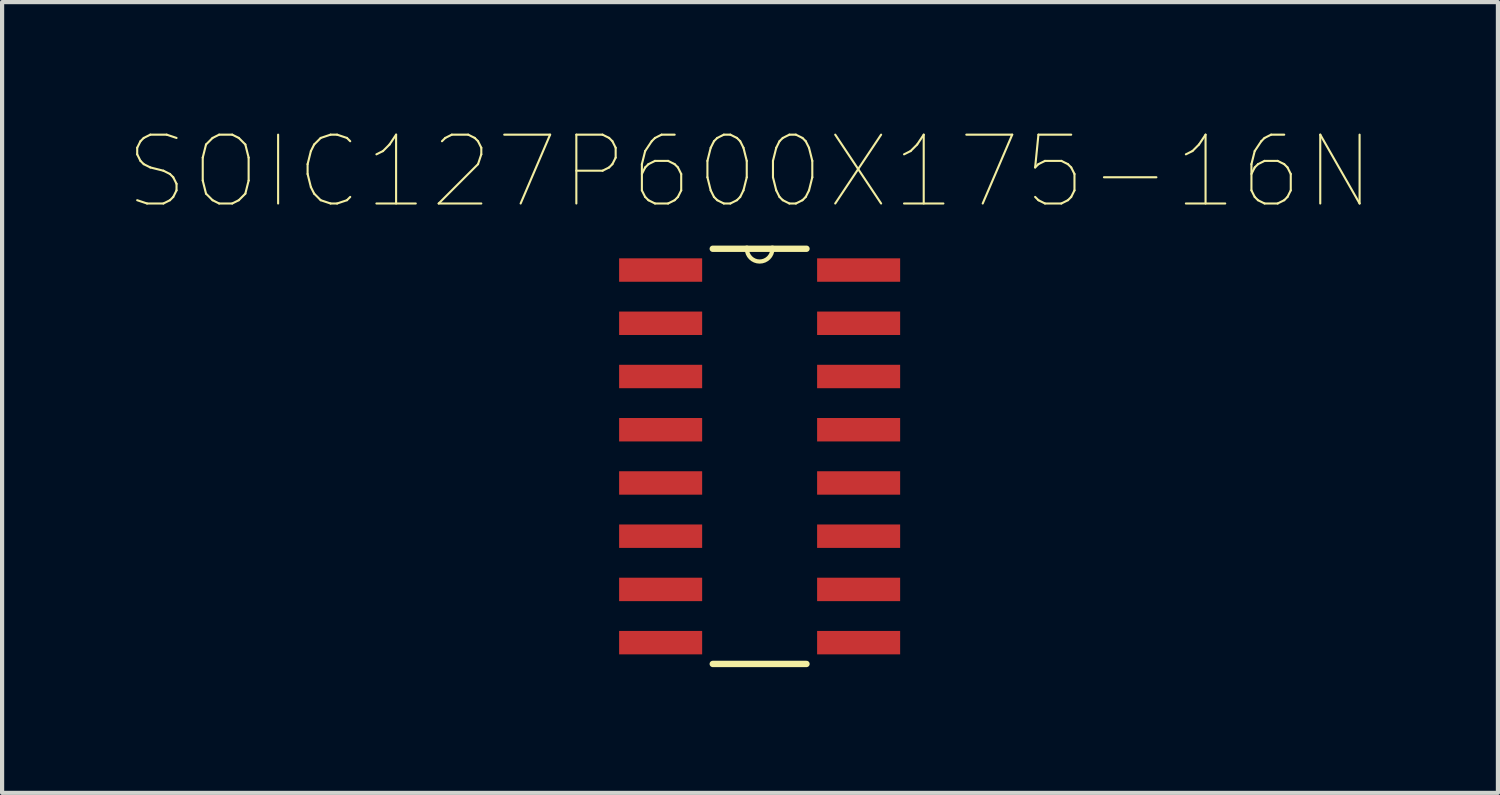
<source format=kicad_pcb>
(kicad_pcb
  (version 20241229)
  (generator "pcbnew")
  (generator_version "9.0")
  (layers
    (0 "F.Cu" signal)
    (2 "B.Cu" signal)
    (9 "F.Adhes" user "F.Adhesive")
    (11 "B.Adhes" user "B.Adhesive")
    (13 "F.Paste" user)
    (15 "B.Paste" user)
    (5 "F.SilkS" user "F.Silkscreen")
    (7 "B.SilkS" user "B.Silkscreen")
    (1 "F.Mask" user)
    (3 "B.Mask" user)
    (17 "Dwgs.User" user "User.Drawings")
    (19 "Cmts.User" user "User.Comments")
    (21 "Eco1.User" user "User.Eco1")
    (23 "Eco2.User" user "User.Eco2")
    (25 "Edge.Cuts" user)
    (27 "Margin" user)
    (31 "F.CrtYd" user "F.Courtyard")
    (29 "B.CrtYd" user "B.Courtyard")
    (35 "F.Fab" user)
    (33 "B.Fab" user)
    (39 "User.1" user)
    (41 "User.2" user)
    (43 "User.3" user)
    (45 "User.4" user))
  (footprint "SOIC127P600X175-16N"
    (layer "F.Cu")
    (at 15.074 7.838)
    (property "Reference" "SOIC127P600X175-16N" (at -0.229 -6.79 0) (layer "F.SilkS") (effects (font (size 1.642 1.642) (thickness 0.05))))
    (attr smd)
    (fp_line (start -1.118 4.953) (end 1.118 4.953) (stroke (width 0.152) (type solid)) (layer "F.SilkS"))
    (fp_line (start -0.305 -4.953) (end -1.118 -4.953) (stroke (width 0.152) (type solid)) (layer "F.SilkS"))
    (fp_line (start 0.305 -4.953) (end -0.305 -4.953) (stroke (width 0.152) (type solid)) (layer "F.SilkS"))
    (fp_line (start 1.118 -4.953) (end 0.305 -4.953) (stroke (width 0.152) (type solid)) (layer "F.SilkS"))
    (fp_arc (start 0.3048 -4.953) (mid 0 -4.6482) (end -0.3048 -4.953) (stroke (width 0.1) (type solid)) (layer "F.SilkS"))
    (fp_line (start -2.997 -4.699) (end -2.997 -4.191) (stroke (width 0.152) (type solid)) (layer "Eco2.User"))
    (fp_line (start -2.997 -4.191) (end -1.956 -4.191) (stroke (width 0.152) (type solid)) (layer "Eco2.User"))
    (fp_line (start -2.997 -3.429) (end -2.997 -2.921) (stroke (width 0.152) (type solid)) (layer "Eco2.User"))
    (fp_line (start -2.997 -2.921) (end -1.956 -2.921) (stroke (width 0.152) (type solid)) (layer "Eco2.User"))
    (fp_line (start -2.997 -2.159) (end -2.997 -1.651) (stroke (width 0.152) (type solid)) (layer "Eco2.User"))
    (fp_line (start -2.997 -1.651) (end -1.956 -1.651) (stroke (width 0.152) (type solid)) (layer "Eco2.User"))
    (fp_line (start -2.997 -0.889) (end -2.997 -0.381) (stroke (width 0.152) (type solid)) (layer "Eco2.User"))
    (fp_line (start -2.997 -0.381) (end -1.956 -0.381) (stroke (width 0.152) (type solid)) (layer "Eco2.User"))
    (fp_line (start -2.997 0.381) (end -2.997 0.889) (stroke (width 0.152) (type solid)) (layer "Eco2.User"))
    (fp_line (start -2.997 0.889) (end -1.956 0.889) (stroke (width 0.152) (type solid)) (layer "Eco2.User"))
    (fp_line (start -2.997 1.651) (end -2.997 2.159) (stroke (width 0.152) (type solid)) (layer "Eco2.User"))
    (fp_line (start -2.997 2.159) (end -1.956 2.159) (stroke (width 0.152) (type solid)) (layer "Eco2.User"))
    (fp_line (start -2.997 2.921) (end -2.997 3.429) (stroke (width 0.152) (type solid)) (layer "Eco2.User"))
    (fp_line (start -2.997 3.429) (end -1.956 3.429) (stroke (width 0.152) (type solid)) (layer "Eco2.User"))
    (fp_line (start -2.997 4.191) (end -2.997 4.699) (stroke (width 0.152) (type solid)) (layer "Eco2.User"))
    (fp_line (start -2.997 4.699) (end -1.956 4.699) (stroke (width 0.152) (type solid)) (layer "Eco2.User"))
    (fp_line (start -1.956 -4.953) (end -1.956 4.953) (stroke (width 0.152) (type solid)) (layer "Eco2.User"))
    (fp_line (start -1.956 -4.699) (end -2.997 -4.699) (stroke (width 0.152) (type solid)) (layer "Eco2.User"))
    (fp_line (start -1.956 -4.191) (end -1.956 -4.699) (stroke (width 0.152) (type solid)) (layer "Eco2.User"))
    (fp_line (start -1.956 -3.429) (end -2.997 -3.429) (stroke (width 0.152) (type solid)) (layer "Eco2.User"))
    (fp_line (start -1.956 -2.921) (end -1.956 -3.429) (stroke (width 0.152) (type solid)) (layer "Eco2.User"))
    (fp_line (start -1.956 -2.159) (end -2.997 -2.159) (stroke (width 0.152) (type solid)) (layer "Eco2.User"))
    (fp_line (start -1.956 -1.651) (end -1.956 -2.159) (stroke (width 0.152) (type solid)) (layer "Eco2.User"))
    (fp_line (start -1.956 -0.889) (end -2.997 -0.889) (stroke (width 0.152) (type solid)) (layer "Eco2.User"))
    (fp_line (start -1.956 -0.381) (end -1.956 -0.889) (stroke (width 0.152) (type solid)) (layer "Eco2.User"))
    (fp_line (start -1.956 0.381) (end -2.997 0.381) (stroke (width 0.152) (type solid)) (layer "Eco2.User"))
    (fp_line (start -1.956 0.889) (end -1.956 0.381) (stroke (width 0.152) (type solid)) (layer "Eco2.User"))
    (fp_line (start -1.956 1.651) (end -2.997 1.651) (stroke (width 0.152) (type solid)) (layer "Eco2.User"))
    (fp_line (start -1.956 2.159) (end -1.956 1.651) (stroke (width 0.152) (type solid)) (layer "Eco2.User"))
    (fp_line (start -1.956 2.921) (end -2.997 2.921) (stroke (width 0.152) (type solid)) (layer "Eco2.User"))
    (fp_line (start -1.956 3.429) (end -1.956 2.921) (stroke (width 0.152) (type solid)) (layer "Eco2.User"))
    (fp_line (start -1.956 4.191) (end -2.997 4.191) (stroke (width 0.152) (type solid)) (layer "Eco2.User"))
    (fp_line (start -1.956 4.699) (end -1.956 4.191) (stroke (width 0.152) (type solid)) (layer "Eco2.User"))
    (fp_line (start -1.956 4.953) (end 1.956 4.953) (stroke (width 0.152) (type solid)) (layer "Eco2.User"))
    (fp_line (start -0.305 -4.953) (end -1.956 -4.953) (stroke (width 0.152) (type solid)) (layer "Eco2.User"))
    (fp_line (start 0.305 -4.953) (end -0.305 -4.953) (stroke (width 0.152) (type solid)) (layer "Eco2.User"))
    (fp_line (start 1.956 -4.953) (end 0.305 -4.953) (stroke (width 0.152) (type solid)) (layer "Eco2.User"))
    (fp_line (start 1.956 -4.699) (end 1.956 -4.191) (stroke (width 0.152) (type solid)) (layer "Eco2.User"))
    (fp_line (start 1.956 -4.191) (end 2.997 -4.191) (stroke (width 0.152) (type solid)) (layer "Eco2.User"))
    (fp_line (start 1.956 -3.429) (end 1.956 -2.921) (stroke (width 0.152) (type solid)) (layer "Eco2.User"))
    (fp_line (start 1.956 -2.921) (end 2.997 -2.921) (stroke (width 0.152) (type solid)) (layer "Eco2.User"))
    (fp_line (start 1.956 -2.159) (end 1.956 -1.651) (stroke (width 0.152) (type solid)) (layer "Eco2.User"))
    (fp_line (start 1.956 -1.651) (end 2.997 -1.651) (stroke (width 0.152) (type solid)) (layer "Eco2.User"))
    (fp_line (start 1.956 -0.889) (end 1.956 -0.381) (stroke (width 0.152) (type solid)) (layer "Eco2.User"))
    (fp_line (start 1.956 -0.381) (end 2.997 -0.381) (stroke (width 0.152) (type solid)) (layer "Eco2.User"))
    (fp_line (start 1.956 0.381) (end 1.956 0.889) (stroke (width 0.152) (type solid)) (layer "Eco2.User"))
    (fp_line (start 1.956 0.889) (end 2.997 0.889) (stroke (width 0.152) (type solid)) (layer "Eco2.User"))
    (fp_line (start 1.956 1.651) (end 1.956 2.159) (stroke (width 0.152) (type solid)) (layer "Eco2.User"))
    (fp_line (start 1.956 2.159) (end 2.997 2.159) (stroke (width 0.152) (type solid)) (layer "Eco2.User"))
    (fp_line (start 1.956 2.921) (end 1.956 3.429) (stroke (width 0.152) (type solid)) (layer "Eco2.User"))
    (fp_line (start 1.956 3.429) (end 2.997 3.429) (stroke (width 0.152) (type solid)) (layer "Eco2.User"))
    (fp_line (start 1.956 4.191) (end 1.956 4.699) (stroke (width 0.152) (type solid)) (layer "Eco2.User"))
    (fp_line (start 1.956 4.699) (end 2.997 4.699) (stroke (width 0.152) (type solid)) (layer "Eco2.User"))
    (fp_line (start 1.956 4.953) (end 1.956 -4.953) (stroke (width 0.152) (type solid)) (layer "Eco2.User"))
    (fp_line (start 2.997 -4.699) (end 1.956 -4.699) (stroke (width 0.152) (type solid)) (layer "Eco2.User"))
    (fp_line (start 2.997 -4.191) (end 2.997 -4.699) (stroke (width 0.152) (type solid)) (layer "Eco2.User"))
    (fp_line (start 2.997 -3.429) (end 1.956 -3.429) (stroke (width 0.152) (type solid)) (layer "Eco2.User"))
    (fp_line (start 2.997 -2.921) (end 2.997 -3.429) (stroke (width 0.152) (type solid)) (layer "Eco2.User"))
    (fp_line (start 2.997 -2.159) (end 1.956 -2.159) (stroke (width 0.152) (type solid)) (layer "Eco2.User"))
    (fp_line (start 2.997 -1.651) (end 2.997 -2.159) (stroke (width 0.152) (type solid)) (layer "Eco2.User"))
    (fp_line (start 2.997 -0.889) (end 1.956 -0.889) (stroke (width 0.152) (type solid)) (layer "Eco2.User"))
    (fp_line (start 2.997 -0.381) (end 2.997 -0.889) (stroke (width 0.152) (type solid)) (layer "Eco2.User"))
    (fp_line (start 2.997 0.381) (end 1.956 0.381) (stroke (width 0.152) (type solid)) (layer "Eco2.User"))
    (fp_line (start 2.997 0.889) (end 2.997 0.381) (stroke (width 0.152) (type solid)) (layer "Eco2.User"))
    (fp_line (start 2.997 1.651) (end 1.956 1.651) (stroke (width 0.152) (type solid)) (layer "Eco2.User"))
    (fp_line (start 2.997 2.159) (end 2.997 1.651) (stroke (width 0.152) (type solid)) (layer "Eco2.User"))
    (fp_line (start 2.997 2.921) (end 1.956 2.921) (stroke (width 0.152) (type solid)) (layer "Eco2.User"))
    (fp_line (start 2.997 3.429) (end 2.997 2.921) (stroke (width 0.152) (type solid)) (layer "Eco2.User"))
    (fp_line (start 2.997 4.191) (end 1.956 4.191) (stroke (width 0.152) (type solid)) (layer "Eco2.User"))
    (fp_line (start 2.997 4.699) (end 2.997 4.191) (stroke (width 0.152) (type solid)) (layer "Eco2.User"))
    (fp_arc (start 0.3048 -4.953) (mid 0 -4.6482) (end -0.3048 -4.953) (stroke (width 0.1) (type solid)) (layer "Eco2.User"))
    (pad "1" smd rect (at -2.362 -4.445) (size 1.981 0.559) (layers "F.Cu" "F.Mask" "F.Paste"))
    (pad "2" smd rect (at -2.362 -3.175) (size 1.981 0.559) (layers "F.Cu" "F.Mask" "F.Paste"))
    (pad "3" smd rect (at -2.362 -1.905) (size 1.981 0.559) (layers "F.Cu" "F.Mask" "F.Paste"))
    (pad "4" smd rect (at -2.362 -0.635) (size 1.981 0.559) (layers "F.Cu" "F.Mask" "F.Paste"))
    (pad "5" smd rect (at -2.362 0.635) (size 1.981 0.559) (layers "F.Cu" "F.Mask" "F.Paste"))
    (pad "6" smd rect (at -2.362 1.905) (size 1.981 0.559) (layers "F.Cu" "F.Mask" "F.Paste"))
    (pad "7" smd rect (at -2.362 3.175) (size 1.981 0.559) (layers "F.Cu" "F.Mask" "F.Paste"))
    (pad "8" smd rect (at -2.362 4.445) (size 1.981 0.559) (layers "F.Cu" "F.Mask" "F.Paste"))
    (pad "9" smd rect (at 2.362 4.445) (size 1.981 0.559) (layers "F.Cu" "F.Mask" "F.Paste"))
    (pad "10" smd rect (at 2.362 3.175) (size 1.981 0.559) (layers "F.Cu" "F.Mask" "F.Paste"))
    (pad "11" smd rect (at 2.362 1.905) (size 1.981 0.559) (layers "F.Cu" "F.Mask" "F.Paste"))
    (pad "12" smd rect (at 2.362 0.635) (size 1.981 0.559) (layers "F.Cu" "F.Mask" "F.Paste"))
    (pad "13" smd rect (at 2.362 -0.635) (size 1.981 0.559) (layers "F.Cu" "F.Mask" "F.Paste"))
    (pad "14" smd rect (at 2.362 -1.905) (size 1.981 0.559) (layers "F.Cu" "F.Mask" "F.Paste"))
    (pad "15" smd rect (at 2.362 -3.175) (size 1.981 0.559) (layers "F.Cu" "F.Mask" "F.Paste"))
    (pad "16" smd rect (at 2.362 -4.445) (size 1.981 0.559) (layers "F.Cu" "F.Mask" "F.Paste")))
  (gr_rect
    (start -3 -3)
    (end 32.689 15.867)
    (stroke (width 0.1) (type default))
    (fill no)
    (layer "Edge.Cuts")))
</source>
